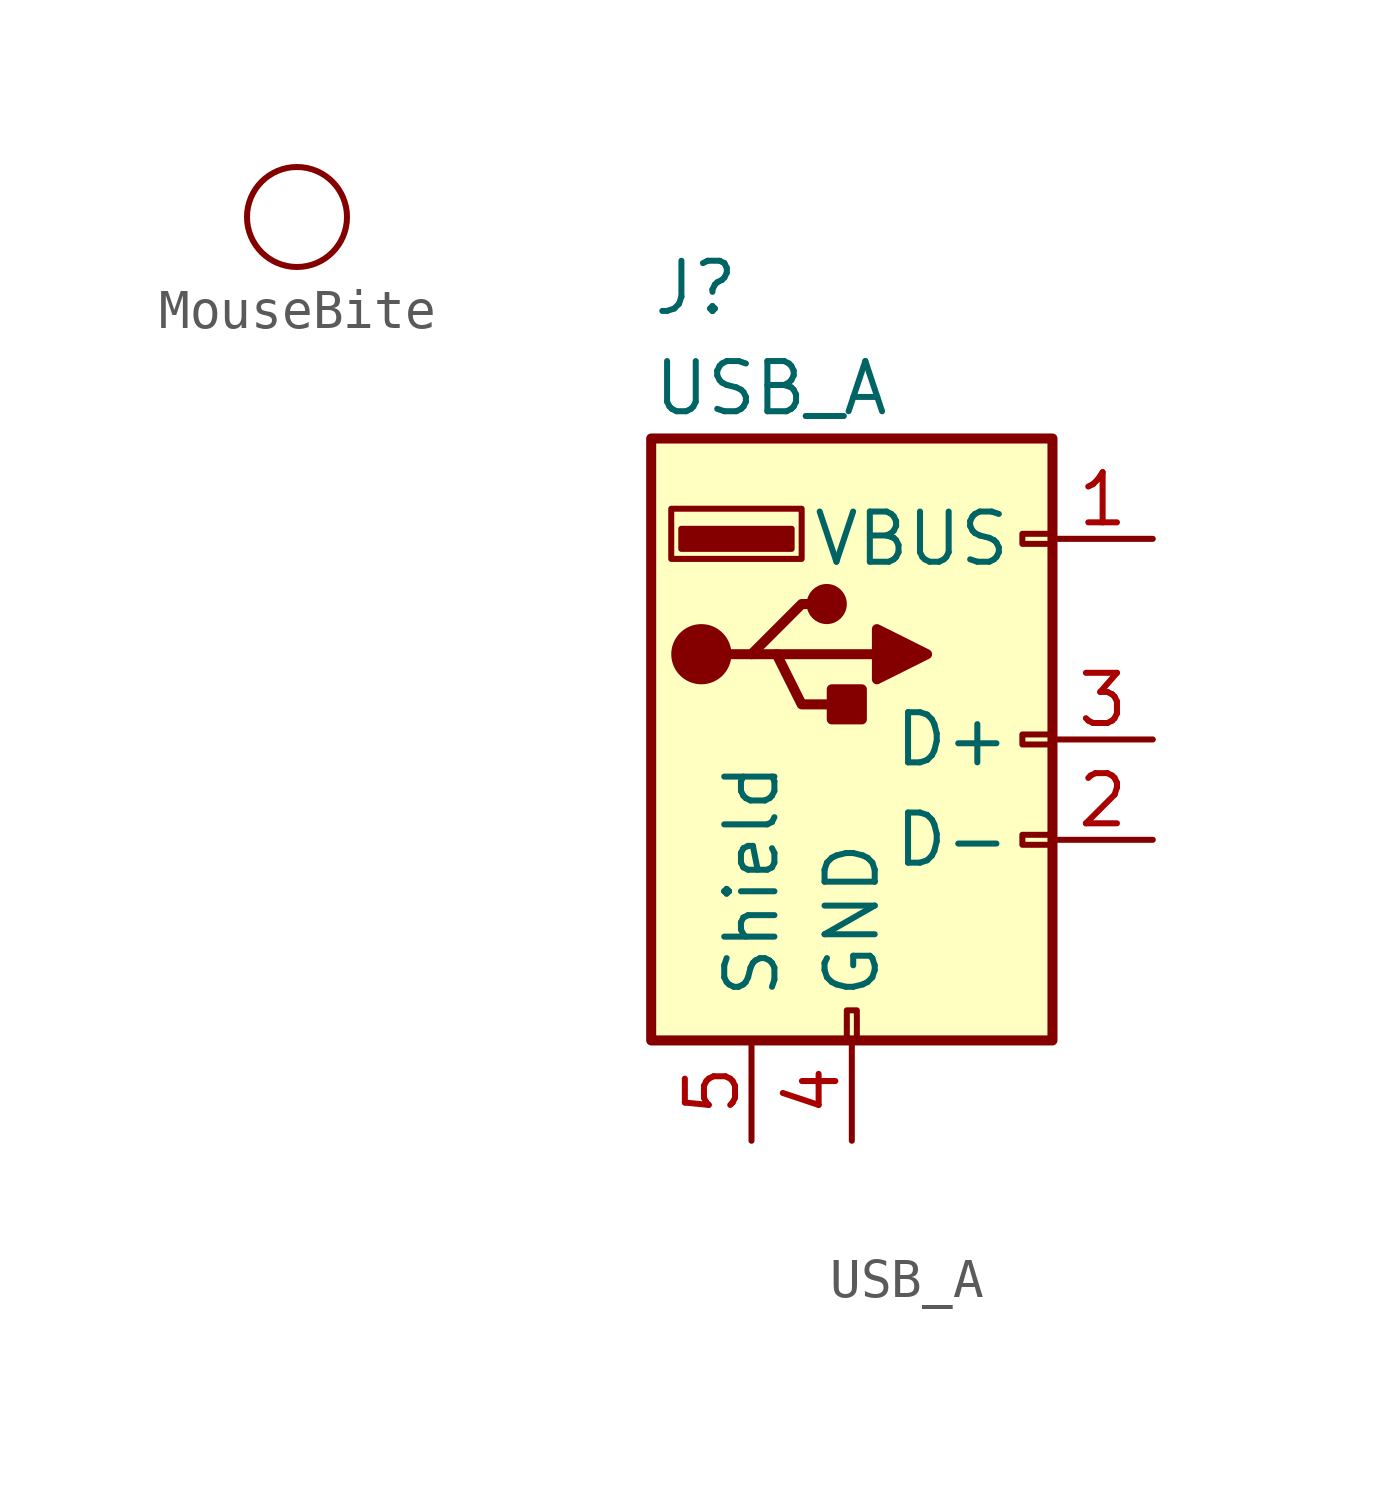
<source format=kicad_sym>
(kicad_symbol_lib
  (version 20241209)
  (generator "kicad_symbol_editor")
  (generator_version "9.0")
  (symbol "MouseBite"
    (pin_names
      (offset 1.016))
    (property "Reference" "H"
      (at 0 3.81 0)
      (effects (font (size 1.27 1.27)) (hide yes)))
    (symbol "MouseBite_0_1"
      (circle (center 0 0) (radius 1.27) (stroke (width 0) (type solid)) (fill (type none)))))
  (symbol "USB_A"
    (pin_names
      (offset 1.016))
    (property "Reference" "J"
      (at -5.08 11.43 0)
      (effects (font (size 1.27 1.27)) (justify left)))
    (property "Value" "USB_A"
      (at -5.08 8.89 0)
      (effects (font (size 1.27 1.27)) (justify left)))
    (symbol "USB_A_0_1"
      (rectangle (start -5.08 -7.62) (end 5.08 7.62) (stroke (width 0.254) (type solid)) (fill (type background)))
      (circle (center -3.81 2.159) (radius 0.635) (stroke (width 0.254) (type solid)) (fill (type outline)))
      (polyline (pts (xy -3.175 2.159) (xy -2.54 2.159) (xy -1.27 3.429) (xy -0.635 3.429)) (stroke (width 0.254) (type solid)) (fill (type none)))
      (polyline (pts (xy -2.54 2.159) (xy -1.905 2.159) (xy -1.27 0.889) (xy 0 0.889)) (stroke (width 0.254) (type solid)) (fill (type none)))
      (rectangle (start -1.524 4.826) (end -4.318 5.334) (stroke (width 0) (type solid)) (fill (type outline)))
      (rectangle (start -1.27 4.572) (end -4.572 5.842) (stroke (width 0) (type solid)) (fill (type none)))
      (circle (center -0.635 3.429) (radius 0.381) (stroke (width 0.254) (type solid)) (fill (type outline)))
      (rectangle (start -0.127 -7.62) (end 0.127 -6.858) (stroke (width 0) (type solid)) (fill (type none)))
      (rectangle (start 0.254 1.27) (end -0.508 0.508) (stroke (width 0.254) (type solid)) (fill (type outline)))
      (polyline (pts (xy 0.635 2.794) (xy 0.635 1.524) (xy 1.905 2.159) (xy 0.635 2.794)) (stroke (width 0.254) (type solid)) (fill (type outline)))
      (rectangle (start 5.08 4.953) (end 4.318 5.207) (stroke (width 0) (type solid)) (fill (type none)))
      (rectangle (start 5.08 -0.127) (end 4.318 0.127) (stroke (width 0) (type solid)) (fill (type none)))
      (rectangle (start 5.08 -2.667) (end 4.318 -2.413) (stroke (width 0) (type solid)) (fill (type none))))
    (symbol "USB_A_1_1"
      (polyline (pts (xy -1.905 2.159) (xy 0.635 2.159)) (stroke (width 0.254) (type solid)) (fill (type none)))
      (pin passive line (at -2.54 -10.16 90) (length 2.54) (name "Shield" (effects (font (size 1.27 1.27)))) (number "5" (effects (font (size 1.27 1.27)))))
      (pin power_in line (at 0 -10.16 90) (length 2.54) (name "GND" (effects (font (size 1.27 1.27)))) (number "4" (effects (font (size 1.27 1.27)))))
      (pin power_in line (at 7.62 5.08 180) (length 2.54) (name "VBUS" (effects (font (size 1.27 1.27)))) (number "1" (effects (font (size 1.27 1.27)))))
      (pin bidirectional line (at 7.62 0 180) (length 2.54) (name "D+" (effects (font (size 1.27 1.27)))) (number "3" (effects (font (size 1.27 1.27)))))
      (pin bidirectional line (at 7.62 -2.54 180) (length 2.54) (name "D-" (effects (font (size 1.27 1.27)))) (number "2" (effects (font (size 1.27 1.27))))))))
</source>
